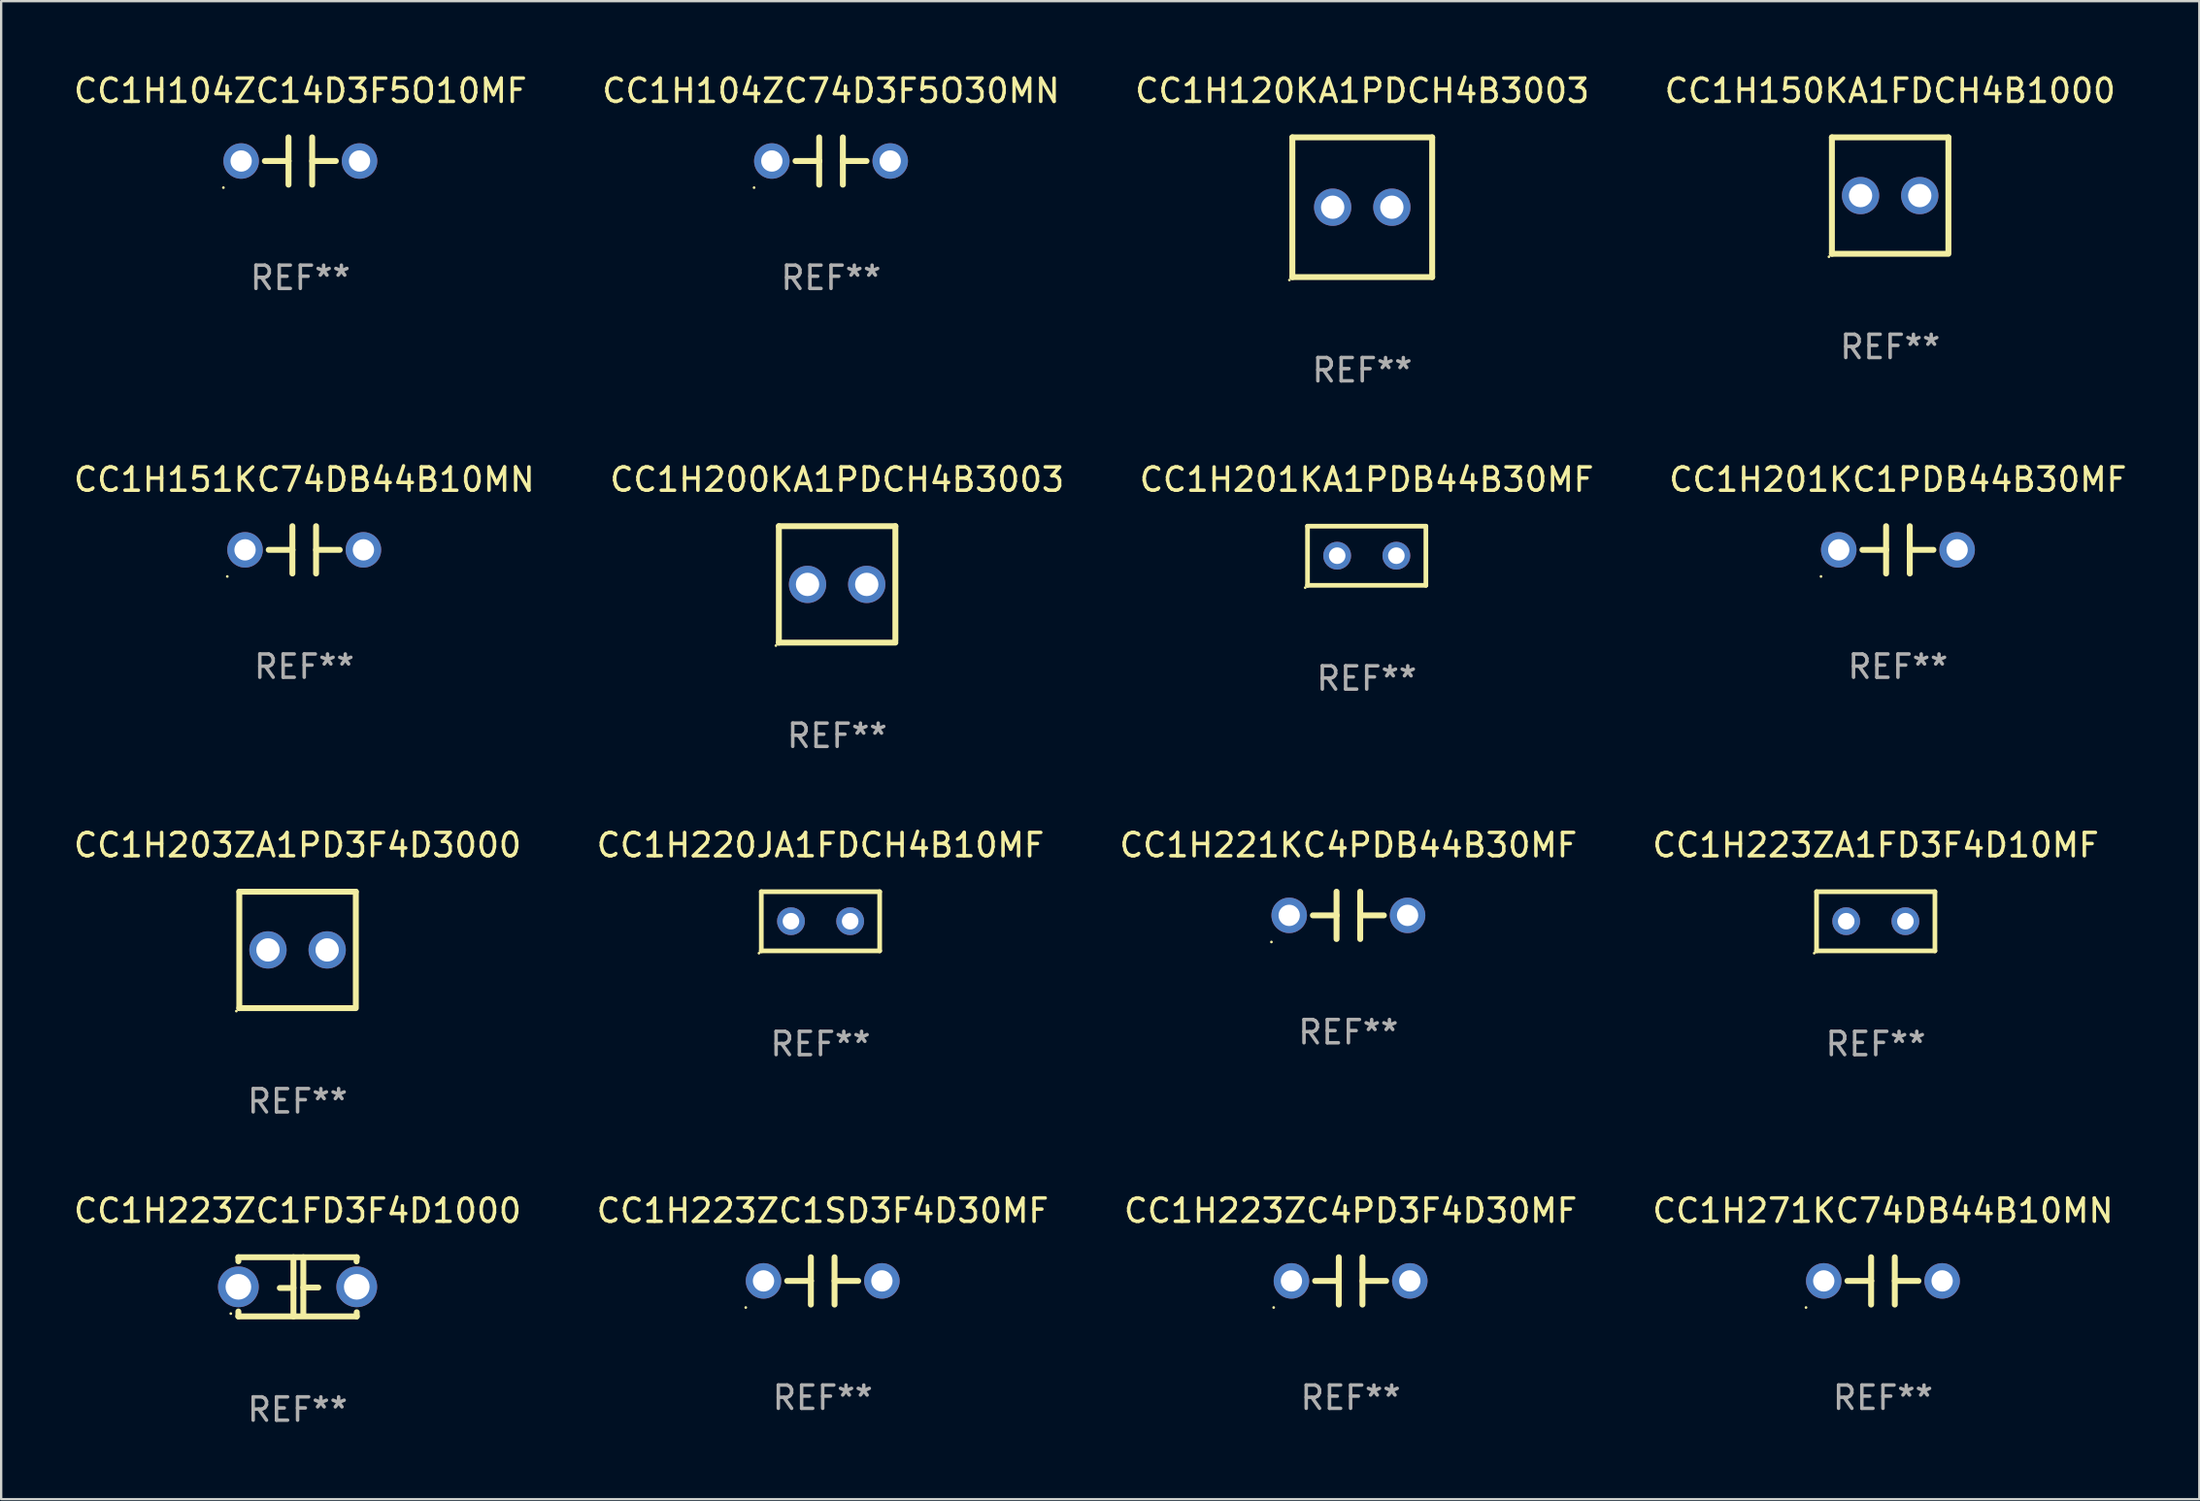
<source format=kicad_pcb>
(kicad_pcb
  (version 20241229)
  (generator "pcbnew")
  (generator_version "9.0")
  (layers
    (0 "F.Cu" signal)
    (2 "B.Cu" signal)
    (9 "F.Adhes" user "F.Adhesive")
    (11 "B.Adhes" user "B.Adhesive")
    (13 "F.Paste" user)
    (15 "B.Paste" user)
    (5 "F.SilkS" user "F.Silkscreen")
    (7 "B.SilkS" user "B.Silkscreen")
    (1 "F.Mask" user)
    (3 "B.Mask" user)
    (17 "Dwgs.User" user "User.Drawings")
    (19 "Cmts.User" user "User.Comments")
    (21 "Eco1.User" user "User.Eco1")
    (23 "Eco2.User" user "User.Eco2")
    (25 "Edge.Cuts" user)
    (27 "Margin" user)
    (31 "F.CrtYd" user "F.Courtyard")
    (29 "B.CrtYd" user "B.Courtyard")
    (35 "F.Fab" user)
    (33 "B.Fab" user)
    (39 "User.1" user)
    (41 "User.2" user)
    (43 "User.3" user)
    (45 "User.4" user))
  (footprint "CC1H223ZC1SD3F4D30MF"
    (layer "F.Cu")
    (at 32.256 51.954)
    (property "Reference" "CC1H223ZC1SD3F4D30MF" (at 0 -3.016 0) (layer "F.SilkS") (effects (font (size 1 1) (thickness 0.15))))
    (attr through_hole)
    (fp_line (start -1.524 0) (end -0.508 0) (stroke (width 0.254) (type solid)) (layer "F.SilkS"))
    (fp_line (start -0.508 0) (end -0.508 -1.016) (stroke (width 0.254) (type solid)) (layer "F.SilkS"))
    (fp_line (start -0.508 0) (end -0.508 1.016) (stroke (width 0.254) (type solid)) (layer "F.SilkS"))
    (fp_line (start 0.508 -1.016) (end 0.508 1.016) (stroke (width 0.254) (type solid)) (layer "F.SilkS"))
    (fp_line (start 1.524 0) (end 0.508 0) (stroke (width 0.254) (type solid)) (layer "F.SilkS"))
    (fp_circle (center -3.302 1.143) (end -3.272 1.143) (stroke (width 0.06) (type solid)) (fill no) (layer "F.SilkS"))
    (fp_text user "REF**" (at 0 5.016 0) (layer "F.Fab") (effects (font (size 1 1) (thickness 0.15))))
    (pad "1" thru_hole circle (at -2.54 0) (size 1.524 1.524) (drill 0.914) (layers "*.Cu" "*.Mask"))
    (pad "2" thru_hole circle (at 2.54 0) (size 1.524 1.524) (drill 0.914) (layers "*.Cu" "*.Mask")))
  (footprint "CC1H271KC74DB44B10MN"
    (layer "F.Cu")
    (at 77.756 51.954)
    (property "Reference" "CC1H271KC74DB44B10MN" (at 0 -3.016 0) (layer "F.SilkS") (effects (font (size 1 1) (thickness 0.15))))
    (attr through_hole)
    (fp_line (start -1.524 0) (end -0.508 0) (stroke (width 0.254) (type solid)) (layer "F.SilkS"))
    (fp_line (start -0.508 0) (end -0.508 -1.016) (stroke (width 0.254) (type solid)) (layer "F.SilkS"))
    (fp_line (start -0.508 0) (end -0.508 1.016) (stroke (width 0.254) (type solid)) (layer "F.SilkS"))
    (fp_line (start 0.508 -1.016) (end 0.508 1.016) (stroke (width 0.254) (type solid)) (layer "F.SilkS"))
    (fp_line (start 1.524 0) (end 0.508 0) (stroke (width 0.254) (type solid)) (layer "F.SilkS"))
    (fp_circle (center -3.302 1.143) (end -3.272 1.143) (stroke (width 0.06) (type solid)) (fill no) (layer "F.SilkS"))
    (fp_text user "REF**" (at 0 5.016 0) (layer "F.Fab") (effects (font (size 1 1) (thickness 0.15))))
    (pad "1" thru_hole circle (at -2.54 0) (size 1.524 1.524) (drill 0.914) (layers "*.Cu" "*.Mask"))
    (pad "2" thru_hole circle (at 2.54 0) (size 1.524 1.524) (drill 0.914) (layers "*.Cu" "*.Mask")))
  (footprint "CC1H223ZA1FD3F4D10MF"
    (layer "F.Cu")
    (at 77.446 36.511)
    (property "Reference" "CC1H223ZA1FD3F4D10MF" (at 0 -3.27 0) (layer "F.SilkS") (effects (font (size 1 1) (thickness 0.15))))
    (attr through_hole)
    (fp_line (start -2.54 -1.27) (end -2.54 1.27) (stroke (width 0.201) (type solid)) (layer "F.SilkS"))
    (fp_line (start -2.54 1.27) (end 2.54 1.27) (stroke (width 0.201) (type solid)) (layer "F.SilkS"))
    (fp_line (start 2.54 -1.27) (end -2.54 -1.27) (stroke (width 0.201) (type solid)) (layer "F.SilkS"))
    (fp_line (start 2.54 1.27) (end 2.54 -1.27) (stroke (width 0.201) (type solid)) (layer "F.SilkS"))
    (fp_circle (center -2.64 1.37) (end -2.61 1.37) (stroke (width 0.06) (type solid)) (fill no) (layer "F.SilkS"))
    (fp_text user "REF**" (at 0 5.27 0) (layer "F.Fab") (effects (font (size 1 1) (thickness 0.15))))
    (pad "1" thru_hole circle (at -1.267 -0.003) (size 1.194 1.194) (drill 0.711) (layers "*.Cu" "*.Mask"))
    (pad "2" thru_hole circle (at 1.273 -0.003) (size 1.194 1.194) (drill 0.711) (layers "*.Cu" "*.Mask")))
  (footprint "CC1H104ZC74D3F5O30MN"
    (layer "F.Cu")
    (at 32.613 3.864)
    (property "Reference" "CC1H104ZC74D3F5O30MN" (at 0 -3.016 0) (layer "F.SilkS") (effects (font (size 1 1) (thickness 0.15))))
    (attr through_hole)
    (fp_line (start -1.524 0) (end -0.508 0) (stroke (width 0.254) (type solid)) (layer "F.SilkS"))
    (fp_line (start -0.508 0) (end -0.508 -1.016) (stroke (width 0.254) (type solid)) (layer "F.SilkS"))
    (fp_line (start -0.508 0) (end -0.508 1.016) (stroke (width 0.254) (type solid)) (layer "F.SilkS"))
    (fp_line (start 0.508 -1.016) (end 0.508 1.016) (stroke (width 0.254) (type solid)) (layer "F.SilkS"))
    (fp_line (start 1.524 0) (end 0.508 0) (stroke (width 0.254) (type solid)) (layer "F.SilkS"))
    (fp_circle (center -3.302 1.143) (end -3.272 1.143) (stroke (width 0.06) (type solid)) (fill no) (layer "F.SilkS"))
    (fp_text user "REF**" (at 0 5.016 0) (layer "F.Fab") (effects (font (size 1 1) (thickness 0.15))))
    (pad "1" thru_hole circle (at -2.54 0) (size 1.524 1.524) (drill 0.914) (layers "*.Cu" "*.Mask"))
    (pad "2" thru_hole circle (at 2.54 0) (size 1.524 1.524) (drill 0.914) (layers "*.Cu" "*.Mask")))
  (footprint "CC1H201KA1PDB44B30MF"
    (layer "F.Cu")
    (at 55.601 20.815)
    (property "Reference" "CC1H201KA1PDB44B30MF" (at 0 -3.27 0) (layer "F.SilkS") (effects (font (size 1 1) (thickness 0.15))))
    (attr through_hole)
    (fp_line (start -2.54 -1.27) (end -2.54 1.27) (stroke (width 0.201) (type solid)) (layer "F.SilkS"))
    (fp_line (start -2.54 1.27) (end 2.54 1.27) (stroke (width 0.201) (type solid)) (layer "F.SilkS"))
    (fp_line (start 2.54 -1.27) (end -2.54 -1.27) (stroke (width 0.201) (type solid)) (layer "F.SilkS"))
    (fp_line (start 2.54 1.27) (end 2.54 -1.27) (stroke (width 0.201) (type solid)) (layer "F.SilkS"))
    (fp_circle (center -2.64 1.37) (end -2.61 1.37) (stroke (width 0.06) (type solid)) (fill no) (layer "F.SilkS"))
    (fp_text user "REF**" (at 0 5.27 0) (layer "F.Fab") (effects (font (size 1 1) (thickness 0.15))))
    (pad "1" thru_hole circle (at -1.267 -0.003) (size 1.194 1.194) (drill 0.711) (layers "*.Cu" "*.Mask"))
    (pad "2" thru_hole circle (at 1.273 -0.003) (size 1.194 1.194) (drill 0.711) (layers "*.Cu" "*.Mask")))
  (footprint "CC1H150KA1FDCH4B1000"
    (layer "F.Cu")
    (at 78.065 5.348)
    (property "Reference" "CC1H150KA1FDCH4B1000" (at 0 -4.5 0) (layer "F.SilkS") (effects (font (size 1 1) (thickness 0.15))))
    (attr through_hole)
    (fp_line (start -2.5 -2.5) (end -2.5 2.5) (stroke (width 0.254) (type solid)) (layer "F.SilkS"))
    (fp_line (start -2.5 -2.5) (end 2.5 -2.5) (stroke (width 0.254) (type solid)) (layer "F.SilkS"))
    (fp_line (start -2.5 2.5) (end 2.5 2.5) (stroke (width 0.254) (type solid)) (layer "F.SilkS"))
    (fp_line (start 2.5 -2.5) (end 2.5 2.413) (stroke (width 0.254) (type solid)) (layer "F.SilkS"))
    (fp_circle (center -2.627 2.627) (end -2.597 2.627) (stroke (width 0.06) (type solid)) (fill no) (layer "F.SilkS"))
    (fp_text user "REF**" (at 0 6.5 0) (layer "F.Fab") (effects (font (size 1 1) (thickness 0.15))))
    (pad "1" thru_hole circle (at -1.27 0) (size 1.6 1.6) (drill 1) (layers "*.Cu" "*.Mask"))
    (pad "2" thru_hole circle (at 1.27 0) (size 1.6 1.6) (drill 1) (layers "*.Cu" "*.Mask")))
  (footprint "CC1H223ZC1FD3F4D1000"
    (layer "F.Cu")
    (at 9.72 52.208)
    (property "Reference" "CC1H223ZC1FD3F4D1000" (at 0 -3.27 0) (layer "F.SilkS") (effects (font (size 1 1) (thickness 0.15))))
    (attr through_hole)
    (fp_line (start -2.54 -1.27) (end 2.54 -1.27) (stroke (width 0.254) (type solid)) (layer "F.SilkS"))
    (fp_line (start -2.54 -1.097) (end -2.54 -1.27) (stroke (width 0.254) (type solid)) (layer "F.SilkS"))
    (fp_line (start -2.54 1.27) (end -2.54 1.059) (stroke (width 0.254) (type solid)) (layer "F.SilkS"))
    (fp_line (start -0.177 -1.27) (end -0.177 1.27) (stroke (width 0.254) (type solid)) (layer "F.SilkS"))
    (fp_line (start -0.177 0.048) (end -0.762 0.048) (stroke (width 0.254) (type solid)) (layer "F.SilkS"))
    (fp_line (start 0.247 -1.27) (end 0.247 1.143) (stroke (width 0.254) (type solid)) (layer "F.SilkS"))
    (fp_line (start 0.247 0.029) (end 0.889 0.029) (stroke (width 0.254) (type solid)) (layer "F.SilkS"))
    (fp_line (start 2.54 -1.27) (end 2.531 -1.092) (stroke (width 0.254) (type solid)) (layer "F.SilkS"))
    (fp_line (start 2.54 1.092) (end 2.54 1.27) (stroke (width 0.254) (type solid)) (layer "F.SilkS"))
    (fp_line (start 2.54 1.27) (end -2.54 1.27) (stroke (width 0.254) (type solid)) (layer "F.SilkS"))
    (fp_circle (center -2.865 1.15) (end -2.835 1.15) (stroke (width 0.06) (type solid)) (fill no) (layer "F.SilkS"))
    (fp_text user "REF**" (at 0 5.27 0) (layer "F.Fab") (effects (font (size 1 1) (thickness 0.15))))
    (pad "1" thru_hole circle (at -2.54 0) (size 1.75 1.75) (drill 1.1) (layers "*.Cu" "*.Mask"))
    (pad "2" thru_hole circle (at 2.54 0) (size 1.75 1.75) (drill 1.1) (layers "*.Cu" "*.Mask")))
  (footprint "CC1H220JA1FDCH4B10MF"
    (layer "F.Cu")
    (at 32.161 36.511)
    (property "Reference" "CC1H220JA1FDCH4B10MF" (at 0 -3.27 0) (layer "F.SilkS") (effects (font (size 1 1) (thickness 0.15))))
    (attr through_hole)
    (fp_line (start -2.54 -1.27) (end -2.54 1.27) (stroke (width 0.201) (type solid)) (layer "F.SilkS"))
    (fp_line (start -2.54 1.27) (end 2.54 1.27) (stroke (width 0.201) (type solid)) (layer "F.SilkS"))
    (fp_line (start 2.54 -1.27) (end -2.54 -1.27) (stroke (width 0.201) (type solid)) (layer "F.SilkS"))
    (fp_line (start 2.54 1.27) (end 2.54 -1.27) (stroke (width 0.201) (type solid)) (layer "F.SilkS"))
    (fp_circle (center -2.64 1.37) (end -2.61 1.37) (stroke (width 0.06) (type solid)) (fill no) (layer "F.SilkS"))
    (fp_text user "REF**" (at 0 5.27 0) (layer "F.Fab") (effects (font (size 1 1) (thickness 0.15))))
    (pad "1" thru_hole circle (at -1.267 -0.003) (size 1.194 1.194) (drill 0.711) (layers "*.Cu" "*.Mask"))
    (pad "2" thru_hole circle (at 1.273 -0.003) (size 1.194 1.194) (drill 0.711) (layers "*.Cu" "*.Mask")))
  (footprint "CC1H104ZC14D3F5O10MF"
    (layer "F.Cu")
    (at 9.839 3.864)
    (property "Reference" "CC1H104ZC14D3F5O10MF" (at 0 -3.016 0) (layer "F.SilkS") (effects (font (size 1 1) (thickness 0.15))))
    (attr through_hole)
    (fp_line (start -1.524 0) (end -0.508 0) (stroke (width 0.254) (type solid)) (layer "F.SilkS"))
    (fp_line (start -0.508 0) (end -0.508 -1.016) (stroke (width 0.254) (type solid)) (layer "F.SilkS"))
    (fp_line (start -0.508 0) (end -0.508 1.016) (stroke (width 0.254) (type solid)) (layer "F.SilkS"))
    (fp_line (start 0.508 -1.016) (end 0.508 1.016) (stroke (width 0.254) (type solid)) (layer "F.SilkS"))
    (fp_line (start 1.524 0) (end 0.508 0) (stroke (width 0.254) (type solid)) (layer "F.SilkS"))
    (fp_circle (center -3.302 1.143) (end -3.272 1.143) (stroke (width 0.06) (type solid)) (fill no) (layer "F.SilkS"))
    (fp_text user "REF**" (at 0 5.016 0) (layer "F.Fab") (effects (font (size 1 1) (thickness 0.15))))
    (pad "1" thru_hole circle (at -2.54 0) (size 1.524 1.524) (drill 0.914) (layers "*.Cu" "*.Mask"))
    (pad "2" thru_hole circle (at 2.54 0) (size 1.524 1.524) (drill 0.914) (layers "*.Cu" "*.Mask")))
  (footprint "CC1H151KC74DB44B10MN"
    (layer "F.Cu")
    (at 10.006 20.561)
    (property "Reference" "CC1H151KC74DB44B10MN" (at 0 -3.016 0) (layer "F.SilkS") (effects (font (size 1 1) (thickness 0.15))))
    (attr through_hole)
    (fp_line (start -1.524 0) (end -0.508 0) (stroke (width 0.254) (type solid)) (layer "F.SilkS"))
    (fp_line (start -0.508 0) (end -0.508 -1.016) (stroke (width 0.254) (type solid)) (layer "F.SilkS"))
    (fp_line (start -0.508 0) (end -0.508 1.016) (stroke (width 0.254) (type solid)) (layer "F.SilkS"))
    (fp_line (start 0.508 -1.016) (end 0.508 1.016) (stroke (width 0.254) (type solid)) (layer "F.SilkS"))
    (fp_line (start 1.524 0) (end 0.508 0) (stroke (width 0.254) (type solid)) (layer "F.SilkS"))
    (fp_circle (center -3.302 1.143) (end -3.272 1.143) (stroke (width 0.06) (type solid)) (fill no) (layer "F.SilkS"))
    (fp_text user "REF**" (at 0 5.016 0) (layer "F.Fab") (effects (font (size 1 1) (thickness 0.15))))
    (pad "1" thru_hole circle (at -2.54 0) (size 1.524 1.524) (drill 0.914) (layers "*.Cu" "*.Mask"))
    (pad "2" thru_hole circle (at 2.54 0) (size 1.524 1.524) (drill 0.914) (layers "*.Cu" "*.Mask")))
  (footprint "CC1H221KC4PDB44B30MF"
    (layer "F.Cu")
    (at 54.815 36.257)
    (property "Reference" "CC1H221KC4PDB44B30MF" (at 0 -3.016 0) (layer "F.SilkS") (effects (font (size 1 1) (thickness 0.15))))
    (attr through_hole)
    (fp_line (start -1.524 0) (end -0.508 0) (stroke (width 0.254) (type solid)) (layer "F.SilkS"))
    (fp_line (start -0.508 0) (end -0.508 -1.016) (stroke (width 0.254) (type solid)) (layer "F.SilkS"))
    (fp_line (start -0.508 0) (end -0.508 1.016) (stroke (width 0.254) (type solid)) (layer "F.SilkS"))
    (fp_line (start 0.508 -1.016) (end 0.508 1.016) (stroke (width 0.254) (type solid)) (layer "F.SilkS"))
    (fp_line (start 1.524 0) (end 0.508 0) (stroke (width 0.254) (type solid)) (layer "F.SilkS"))
    (fp_circle (center -3.302 1.143) (end -3.272 1.143) (stroke (width 0.06) (type solid)) (fill no) (layer "F.SilkS"))
    (fp_text user "REF**" (at 0 5.016 0) (layer "F.Fab") (effects (font (size 1 1) (thickness 0.15))))
    (pad "1" thru_hole circle (at -2.54 0) (size 1.524 1.524) (drill 0.914) (layers "*.Cu" "*.Mask"))
    (pad "2" thru_hole circle (at 2.54 0) (size 1.524 1.524) (drill 0.914) (layers "*.Cu" "*.Mask")))
  (footprint "CC1H200KA1PDCH4B3003"
    (layer "F.Cu")
    (at 32.875 22.045)
    (property "Reference" "CC1H200KA1PDCH4B3003" (at 0 -4.5 0) (layer "F.SilkS") (effects (font (size 1 1) (thickness 0.15))))
    (attr through_hole)
    (fp_line (start -2.5 -2.5) (end -2.5 2.5) (stroke (width 0.254) (type solid)) (layer "F.SilkS"))
    (fp_line (start -2.5 -2.5) (end 2.5 -2.5) (stroke (width 0.254) (type solid)) (layer "F.SilkS"))
    (fp_line (start -2.5 2.5) (end 2.5 2.5) (stroke (width 0.254) (type solid)) (layer "F.SilkS"))
    (fp_line (start 2.5 -2.5) (end 2.5 2.413) (stroke (width 0.254) (type solid)) (layer "F.SilkS"))
    (fp_circle (center -2.627 2.627) (end -2.597 2.627) (stroke (width 0.06) (type solid)) (fill no) (layer "F.SilkS"))
    (fp_text user "REF**" (at 0 6.5 0) (layer "F.Fab") (effects (font (size 1 1) (thickness 0.15))))
    (pad "1" thru_hole circle (at -1.27 0) (size 1.6 1.6) (drill 1) (layers "*.Cu" "*.Mask"))
    (pad "2" thru_hole circle (at 1.27 0) (size 1.6 1.6) (drill 1) (layers "*.Cu" "*.Mask")))
  (footprint "CC1H203ZA1PD3F4D3000"
    (layer "F.Cu")
    (at 9.72 37.741)
    (property "Reference" "CC1H203ZA1PD3F4D3000" (at 0 -4.5 0) (layer "F.SilkS") (effects (font (size 1 1) (thickness 0.15))))
    (attr through_hole)
    (fp_line (start -2.5 -2.5) (end -2.5 2.5) (stroke (width 0.254) (type solid)) (layer "F.SilkS"))
    (fp_line (start -2.5 -2.5) (end 2.5 -2.5) (stroke (width 0.254) (type solid)) (layer "F.SilkS"))
    (fp_line (start -2.5 2.5) (end 2.5 2.5) (stroke (width 0.254) (type solid)) (layer "F.SilkS"))
    (fp_line (start 2.5 -2.5) (end 2.5 2.413) (stroke (width 0.254) (type solid)) (layer "F.SilkS"))
    (fp_circle (center -2.627 2.627) (end -2.597 2.627) (stroke (width 0.06) (type solid)) (fill no) (layer "F.SilkS"))
    (fp_text user "REF**" (at 0 6.5 0) (layer "F.Fab") (effects (font (size 1 1) (thickness 0.15))))
    (pad "1" thru_hole circle (at -1.27 0) (size 1.6 1.6) (drill 1) (layers "*.Cu" "*.Mask"))
    (pad "2" thru_hole circle (at 1.27 0) (size 1.6 1.6) (drill 1) (layers "*.Cu" "*.Mask")))
  (footprint "CC1H120KA1PDCH4B3003"
    (layer "F.Cu")
    (at 55.411 5.848)
    (property "Reference" "CC1H120KA1PDCH4B3003" (at 0 -5 0) (layer "F.SilkS") (effects (font (size 1 1) (thickness 0.15))))
    (attr through_hole)
    (fp_line (start -3 -3) (end -3 3) (stroke (width 0.254) (type solid)) (layer "F.SilkS"))
    (fp_line (start -3 -3) (end 3 -3) (stroke (width 0.254) (type solid)) (layer "F.SilkS"))
    (fp_line (start -3 3) (end 3 3) (stroke (width 0.254) (type solid)) (layer "F.SilkS"))
    (fp_line (start 3 -3) (end 3 3) (stroke (width 0.254) (type solid)) (layer "F.SilkS"))
    (fp_circle (center -3.127 3.127) (end -3.097 3.127) (stroke (width 0.06) (type solid)) (fill no) (layer "F.SilkS"))
    (fp_text user "REF**" (at 0 7 0) (layer "F.Fab") (effects (font (size 1 1) (thickness 0.15))))
    (pad "1" thru_hole circle (at -1.27 0) (size 1.6 1.6) (drill 1) (layers "*.Cu" "*.Mask"))
    (pad "2" thru_hole circle (at 1.27 0) (size 1.6 1.6) (drill 1) (layers "*.Cu" "*.Mask")))
  (footprint "CC1H223ZC4PD3F4D30MF"
    (layer "F.Cu")
    (at 54.911 51.954)
    (property "Reference" "CC1H223ZC4PD3F4D30MF" (at 0 -3.016 0) (layer "F.SilkS") (effects (font (size 1 1) (thickness 0.15))))
    (attr through_hole)
    (fp_line (start -1.524 0) (end -0.508 0) (stroke (width 0.254) (type solid)) (layer "F.SilkS"))
    (fp_line (start -0.508 0) (end -0.508 -1.016) (stroke (width 0.254) (type solid)) (layer "F.SilkS"))
    (fp_line (start -0.508 0) (end -0.508 1.016) (stroke (width 0.254) (type solid)) (layer "F.SilkS"))
    (fp_line (start 0.508 -1.016) (end 0.508 1.016) (stroke (width 0.254) (type solid)) (layer "F.SilkS"))
    (fp_line (start 1.524 0) (end 0.508 0) (stroke (width 0.254) (type solid)) (layer "F.SilkS"))
    (fp_circle (center -3.302 1.143) (end -3.272 1.143) (stroke (width 0.06) (type solid)) (fill no) (layer "F.SilkS"))
    (fp_text user "REF**" (at 0 5.016 0) (layer "F.Fab") (effects (font (size 1 1) (thickness 0.15))))
    (pad "1" thru_hole circle (at -2.54 0) (size 1.524 1.524) (drill 0.914) (layers "*.Cu" "*.Mask"))
    (pad "2" thru_hole circle (at 2.54 0) (size 1.524 1.524) (drill 0.914) (layers "*.Cu" "*.Mask")))
  (footprint "CC1H201KC1PDB44B30MF"
    (layer "F.Cu")
    (at 78.399 20.561)
    (property "Reference" "CC1H201KC1PDB44B30MF" (at 0 -3.016 0) (layer "F.SilkS") (effects (font (size 1 1) (thickness 0.15))))
    (attr through_hole)
    (fp_line (start -1.524 0) (end -0.508 0) (stroke (width 0.254) (type solid)) (layer "F.SilkS"))
    (fp_line (start -0.508 0) (end -0.508 -1.016) (stroke (width 0.254) (type solid)) (layer "F.SilkS"))
    (fp_line (start -0.508 0) (end -0.508 1.016) (stroke (width 0.254) (type solid)) (layer "F.SilkS"))
    (fp_line (start 0.508 -1.016) (end 0.508 1.016) (stroke (width 0.254) (type solid)) (layer "F.SilkS"))
    (fp_line (start 1.524 0) (end 0.508 0) (stroke (width 0.254) (type solid)) (layer "F.SilkS"))
    (fp_circle (center -3.302 1.143) (end -3.272 1.143) (stroke (width 0.06) (type solid)) (fill no) (layer "F.SilkS"))
    (fp_text user "REF**" (at 0 5.016 0) (layer "F.Fab") (effects (font (size 1 1) (thickness 0.15))))
    (pad "1" thru_hole circle (at -2.54 0) (size 1.524 1.524) (drill 0.914) (layers "*.Cu" "*.Mask"))
    (pad "2" thru_hole circle (at 2.54 0) (size 1.524 1.524) (drill 0.914) (layers "*.Cu" "*.Mask")))
  (gr_rect
    (start -3 -3)
    (end 91.333 61.326)
    (stroke (width 0.1) (type default))
    (fill no)
    (layer "Edge.Cuts")))
</source>
